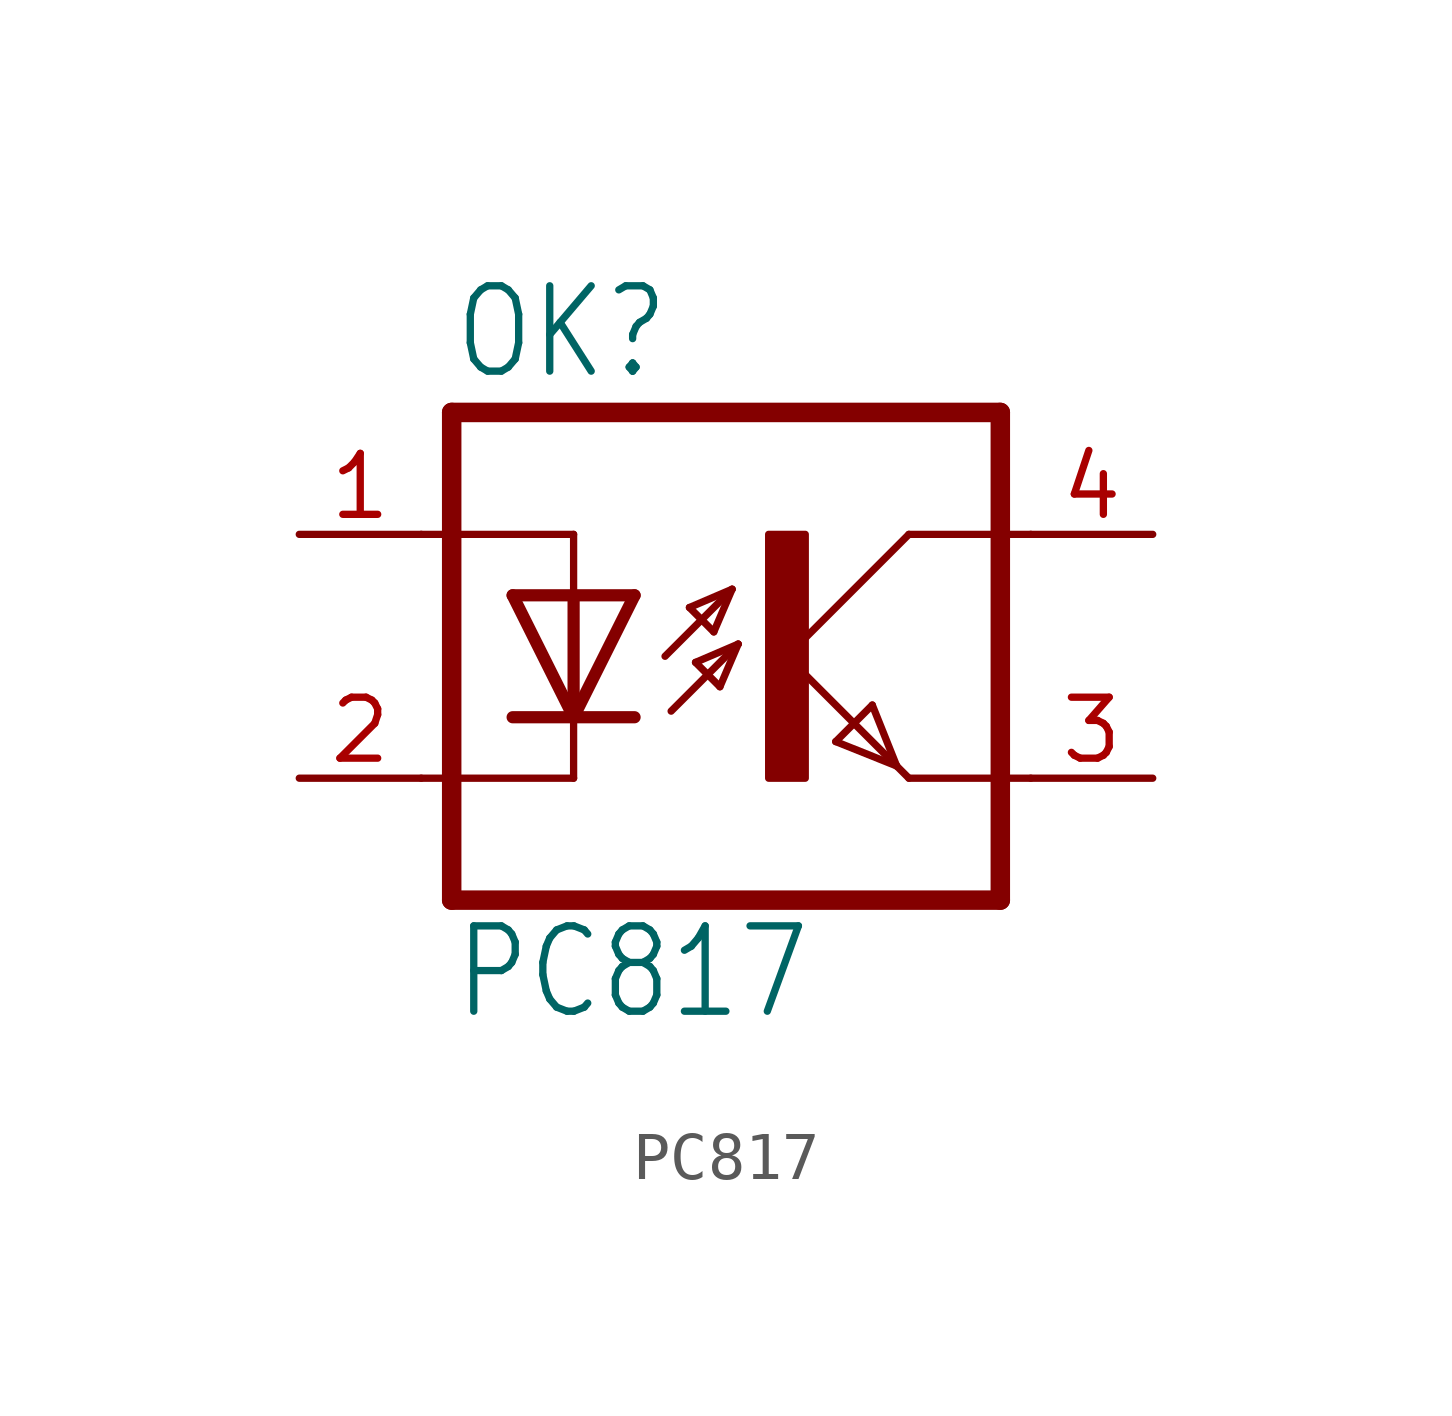
<source format=kicad_sym>
(kicad_symbol_lib
  (version 20211014)
  (generator kicad_symbol_editor)
  (symbol "PC817"
    (property "Reference" "OK"
      (at -6.985 5.715 0)
      (effects (font (size 1.778 1.511)) (justify left bottom)))
    (property "Value" "PC817"
      (at -6.985 -7.62 0)
      (effects (font (size 1.778 1.511)) (justify left bottom)))
    (property "ki_locked" ""
      (at 0 0 0)
      (effects (font (size 1.27 1.27))))
    (symbol "PC817_1_0"
      (rectangle (start -0.381 -2.54) (end 0.381 2.54) (stroke (width 0) (type default) (color 0 0 0 0)) (fill (type outline)))
      (polyline (pts (xy -6.985 -5.08) (xy 4.445 -5.08)) (stroke (width 0.406) (type default) (color 0 0 0 0)) (fill (type none)))
      (polyline (pts (xy -6.985 5.08) (xy -6.985 -5.08)) (stroke (width 0.406) (type default) (color 0 0 0 0)) (fill (type none)))
      (polyline (pts (xy -6.985 5.08) (xy 4.445 5.08)) (stroke (width 0.406) (type default) (color 0 0 0 0)) (fill (type none)))
      (polyline (pts (xy -4.445 -2.54) (xy -7.62 -2.54)) (stroke (width 0.152) (type default) (color 0 0 0 0)) (fill (type none)))
      (polyline (pts (xy -4.445 -1.27) (xy -5.715 -1.27)) (stroke (width 0.254) (type default) (color 0 0 0 0)) (fill (type none)))
      (polyline (pts (xy -4.445 -1.27) (xy -5.715 1.27)) (stroke (width 0.254) (type default) (color 0 0 0 0)) (fill (type none)))
      (polyline (pts (xy -4.445 -1.27) (xy -4.445 -2.54)) (stroke (width 0.152) (type default) (color 0 0 0 0)) (fill (type none)))
      (polyline (pts (xy -4.445 1.27) (xy -5.715 1.27)) (stroke (width 0.254) (type default) (color 0 0 0 0)) (fill (type none)))
      (polyline (pts (xy -4.445 1.27) (xy -4.445 -1.27)) (stroke (width 0.254) (type default) (color 0 0 0 0)) (fill (type none)))
      (polyline (pts (xy -4.445 2.54) (xy -7.62 2.54)) (stroke (width 0.152) (type default) (color 0 0 0 0)) (fill (type none)))
      (polyline (pts (xy -4.445 2.54) (xy -4.445 1.27)) (stroke (width 0.152) (type default) (color 0 0 0 0)) (fill (type none)))
      (polyline (pts (xy -3.175 -1.27) (xy -4.445 -1.27)) (stroke (width 0.254) (type default) (color 0 0 0 0)) (fill (type none)))
      (polyline (pts (xy -3.175 1.27) (xy -4.445 -1.27)) (stroke (width 0.254) (type default) (color 0 0 0 0)) (fill (type none)))
      (polyline (pts (xy -3.175 1.27) (xy -4.445 1.27)) (stroke (width 0.254) (type default) (color 0 0 0 0)) (fill (type none)))
      (polyline (pts (xy -2.54 0) (xy -1.143 1.397)) (stroke (width 0.152) (type default) (color 0 0 0 0)) (fill (type none)))
      (polyline (pts (xy -2.413 -1.143) (xy -1.016 0.254)) (stroke (width 0.152) (type default) (color 0 0 0 0)) (fill (type none)))
      (polyline (pts (xy -2.032 1.016) (xy -1.524 0.508)) (stroke (width 0.152) (type default) (color 0 0 0 0)) (fill (type none)))
      (polyline (pts (xy -1.905 -0.127) (xy -1.397 -0.635)) (stroke (width 0.152) (type default) (color 0 0 0 0)) (fill (type none)))
      (polyline (pts (xy -1.524 0.508) (xy -1.143 1.397)) (stroke (width 0.152) (type default) (color 0 0 0 0)) (fill (type none)))
      (polyline (pts (xy -1.397 -0.635) (xy -1.016 0.254)) (stroke (width 0.152) (type default) (color 0 0 0 0)) (fill (type none)))
      (polyline (pts (xy -1.143 1.397) (xy -2.032 1.016)) (stroke (width 0.152) (type default) (color 0 0 0 0)) (fill (type none)))
      (polyline (pts (xy -1.016 0.254) (xy -1.905 -0.127)) (stroke (width 0.152) (type default) (color 0 0 0 0)) (fill (type none)))
      (polyline (pts (xy 0 0) (xy 2.286 -2.286)) (stroke (width 0.152) (type default) (color 0 0 0 0)) (fill (type none)))
      (polyline (pts (xy 1.016 -1.778) (xy 1.778 -1.016)) (stroke (width 0.152) (type default) (color 0 0 0 0)) (fill (type none)))
      (polyline (pts (xy 1.778 -1.016) (xy 2.286 -2.286)) (stroke (width 0.152) (type default) (color 0 0 0 0)) (fill (type none)))
      (polyline (pts (xy 2.286 -2.286) (xy 1.016 -1.778)) (stroke (width 0.152) (type default) (color 0 0 0 0)) (fill (type none)))
      (polyline (pts (xy 2.286 -2.286) (xy 2.54 -2.54)) (stroke (width 0.152) (type default) (color 0 0 0 0)) (fill (type none)))
      (polyline (pts (xy 2.54 -2.54) (xy 5.08 -2.54)) (stroke (width 0.152) (type default) (color 0 0 0 0)) (fill (type none)))
      (polyline (pts (xy 2.54 2.54) (xy 0 0)) (stroke (width 0.152) (type default) (color 0 0 0 0)) (fill (type none)))
      (polyline (pts (xy 2.54 2.54) (xy 5.08 2.54)) (stroke (width 0.152) (type default) (color 0 0 0 0)) (fill (type none)))
      (polyline (pts (xy 4.445 5.08) (xy 4.445 -5.08)) (stroke (width 0.406) (type default) (color 0 0 0 0)) (fill (type none)))
      (pin passive line (at -10.16 2.54 0) (length 2.54) (name "A" (effects (font (size 0 0)))) (number "1" (effects (font (size 1.27 1.27)))))
      (pin passive line (at -10.16 -2.54 0) (length 2.54) (name "C" (effects (font (size 0 0)))) (number "2" (effects (font (size 1.27 1.27)))))
      (pin passive line (at 7.62 -2.54 180) (length 2.54) (name "EMIT" (effects (font (size 0 0)))) (number "3" (effects (font (size 1.27 1.27)))))
      (pin passive line (at 7.62 2.54 180) (length 2.54) (name "COL" (effects (font (size 0 0)))) (number "4" (effects (font (size 1.27 1.27))))))))
</source>
